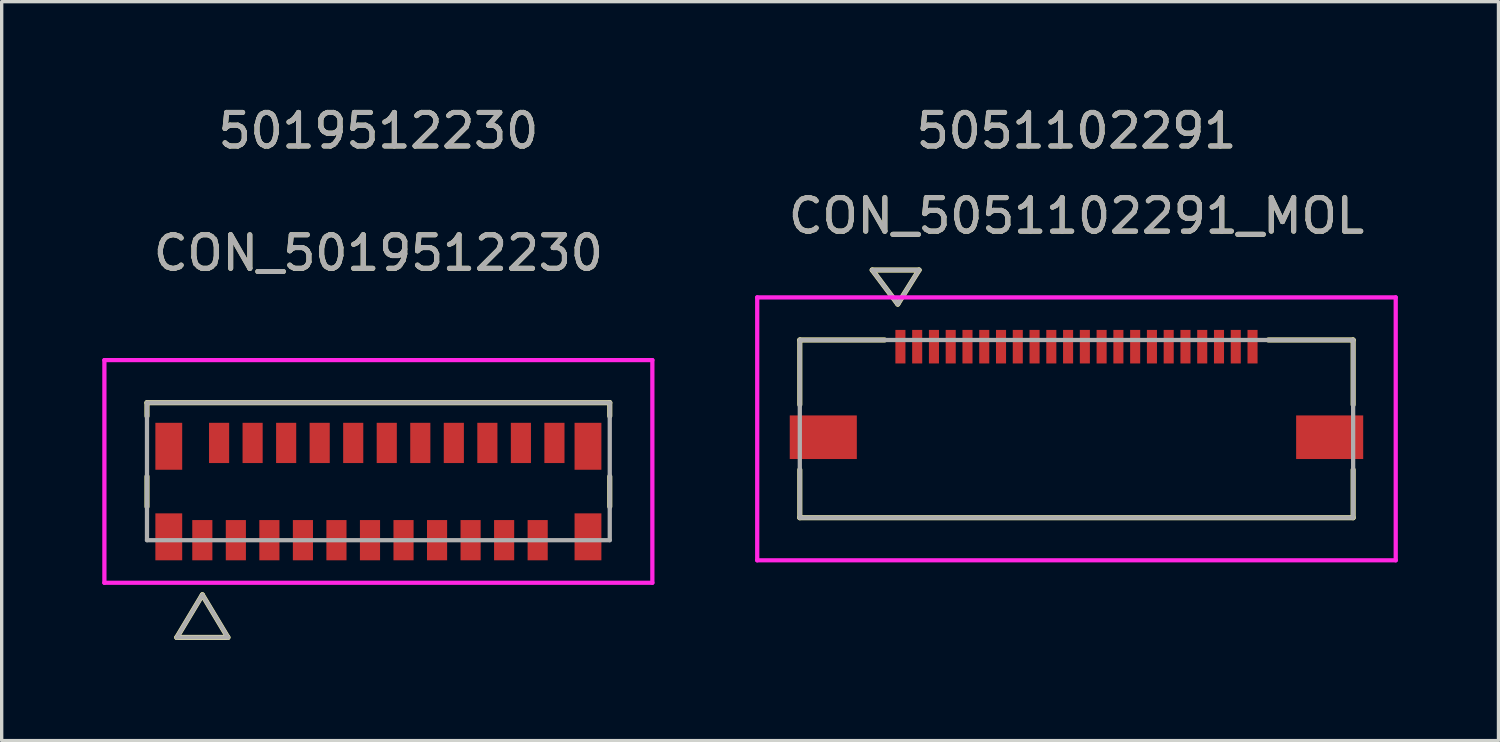
<source format=kicad_pcb>
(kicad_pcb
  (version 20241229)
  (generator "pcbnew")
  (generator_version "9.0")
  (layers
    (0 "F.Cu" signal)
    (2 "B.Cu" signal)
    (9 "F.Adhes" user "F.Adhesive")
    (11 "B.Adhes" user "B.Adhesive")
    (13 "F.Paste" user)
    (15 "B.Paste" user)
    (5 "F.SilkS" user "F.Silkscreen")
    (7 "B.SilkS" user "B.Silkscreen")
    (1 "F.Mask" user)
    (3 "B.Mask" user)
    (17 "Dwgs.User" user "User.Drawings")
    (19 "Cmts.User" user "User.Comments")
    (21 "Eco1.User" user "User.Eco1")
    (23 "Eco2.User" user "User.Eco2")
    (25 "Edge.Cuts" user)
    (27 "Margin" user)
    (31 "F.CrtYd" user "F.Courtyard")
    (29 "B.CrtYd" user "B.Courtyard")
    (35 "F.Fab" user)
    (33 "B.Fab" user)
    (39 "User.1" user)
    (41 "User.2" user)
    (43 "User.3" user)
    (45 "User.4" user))
  (footprint "CON_5019512230"
    (layer "F.Cu")
    (at 8.233 11.608)
    (property "Reference" "CON_5019512230" (at 0 -7.112 0) (unlocked yes) (layer "F.SilkS") (effects (font (size 1 1) (thickness 0.15))))
    (attr smd)
    (fp_line (start -6.9 -2.65) (end -6.9 -2.25) (stroke (width 0.152) (type solid)) (layer "F.SilkS"))
    (fp_line (start -6.9 -0.45) (end -6.9 0.45) (stroke (width 0.152) (type solid)) (layer "F.SilkS"))
    (fp_line (start -6.011 4.35) (end -5.249 3.08) (stroke (width 0.152) (type solid)) (layer "F.SilkS"))
    (fp_line (start -5.249 3.08) (end -4.487 4.35) (stroke (width 0.152) (type solid)) (layer "F.SilkS"))
    (fp_line (start -4.487 4.35) (end -6.011 4.35) (stroke (width 0.152) (type solid)) (layer "F.SilkS"))
    (fp_line (start 6.9 -2.65) (end -6.9 -2.65) (stroke (width 0.152) (type solid)) (layer "F.SilkS"))
    (fp_line (start 6.9 -2.25) (end 6.9 -2.65) (stroke (width 0.152) (type solid)) (layer "F.SilkS"))
    (fp_line (start 6.9 0.45) (end 6.9 -0.45) (stroke (width 0.152) (type solid)) (layer "F.SilkS"))
    (fp_line (start -8.17 -3.92) (end -8.17 2.72) (stroke (width 0.127) (type solid)) (layer "F.CrtYd"))
    (fp_line (start -8.17 2.72) (end 8.17 2.72) (stroke (width 0.127) (type solid)) (layer "F.CrtYd"))
    (fp_line (start 8.17 -3.92) (end -8.17 -3.92) (stroke (width 0.127) (type solid)) (layer "F.CrtYd"))
    (fp_line (start 8.17 2.72) (end 8.17 -3.92) (stroke (width 0.127) (type solid)) (layer "F.CrtYd"))
    (fp_line (start -6.9 -2.65) (end -6.9 1.45) (stroke (width 0.127) (type solid)) (layer "F.Fab"))
    (fp_line (start -6.9 1.45) (end 6.9 1.45) (stroke (width 0.127) (type solid)) (layer "F.Fab"))
    (fp_line (start -6.011 4.35) (end -5.249 3.08) (stroke (width 0.127) (type solid)) (layer "F.Fab"))
    (fp_line (start -5.249 3.08) (end -4.487 4.35) (stroke (width 0.127) (type solid)) (layer "F.Fab"))
    (fp_line (start -4.487 4.35) (end -6.011 4.35) (stroke (width 0.127) (type solid)) (layer "F.Fab"))
    (fp_line (start 6.9 -2.65) (end -6.9 -2.65) (stroke (width 0.127) (type solid)) (layer "F.Fab"))
    (fp_line (start 6.9 1.45) (end 6.9 -2.65) (stroke (width 0.127) (type solid)) (layer "F.Fab"))
    (fp_text user "5019512230" (at 0 -10.76 0) (unlocked yes) (layer "F.SilkS") (effects (font (size 1 1) (thickness 0.15))))
    (fp_text user "5019512230" (at 0 -10.76 0) (unlocked yes) (layer "F.Fab") (effects (font (size 1 1) (thickness 0.15))))
    (fp_text user "${REFERENCE}" (at 0 -7.112 0) (unlocked yes) (layer "F.Fab") (effects (font (size 1 1) (thickness 0.15))))
    (pad "1" smd rect (at -5.25 1.45) (size 0.6 1.2) (layers "F.Cu" "F.Mask" "F.Paste"))
    (pad "2" smd rect (at -4.75 -1.45) (size 0.6 1.2) (layers "F.Cu" "F.Mask" "F.Paste"))
    (pad "3" smd rect (at -4.25 1.45) (size 0.6 1.2) (layers "F.Cu" "F.Mask" "F.Paste"))
    (pad "4" smd rect (at -3.75 -1.45) (size 0.6 1.2) (layers "F.Cu" "F.Mask" "F.Paste"))
    (pad "5" smd rect (at -3.25 1.45) (size 0.6 1.2) (layers "F.Cu" "F.Mask" "F.Paste"))
    (pad "6" smd rect (at -2.75 -1.45) (size 0.6 1.2) (layers "F.Cu" "F.Mask" "F.Paste"))
    (pad "7" smd rect (at -2.25 1.45) (size 0.6 1.2) (layers "F.Cu" "F.Mask" "F.Paste"))
    (pad "8" smd rect (at -1.75 -1.45) (size 0.6 1.2) (layers "F.Cu" "F.Mask" "F.Paste"))
    (pad "9" smd rect (at -1.25 1.45) (size 0.6 1.2) (layers "F.Cu" "F.Mask" "F.Paste"))
    (pad "10" smd rect (at -0.75 -1.45) (size 0.6 1.2) (layers "F.Cu" "F.Mask" "F.Paste"))
    (pad "11" smd rect (at -0.25 1.45) (size 0.6 1.2) (layers "F.Cu" "F.Mask" "F.Paste"))
    (pad "12" smd rect (at 0.25 -1.45) (size 0.6 1.2) (layers "F.Cu" "F.Mask" "F.Paste"))
    (pad "13" smd rect (at 0.75 1.45) (size 0.6 1.2) (layers "F.Cu" "F.Mask" "F.Paste"))
    (pad "14" smd rect (at 1.25 -1.45) (size 0.6 1.2) (layers "F.Cu" "F.Mask" "F.Paste"))
    (pad "15" smd rect (at 1.75 1.45) (size 0.6 1.2) (layers "F.Cu" "F.Mask" "F.Paste"))
    (pad "16" smd rect (at 2.25 -1.45) (size 0.6 1.2) (layers "F.Cu" "F.Mask" "F.Paste"))
    (pad "17" smd rect (at 2.75 1.45) (size 0.6 1.2) (layers "F.Cu" "F.Mask" "F.Paste"))
    (pad "18" smd rect (at 3.25 -1.45) (size 0.6 1.2) (layers "F.Cu" "F.Mask" "F.Paste"))
    (pad "19" smd rect (at 3.75 1.45) (size 0.6 1.2) (layers "F.Cu" "F.Mask" "F.Paste"))
    (pad "20" smd rect (at 4.25 -1.45) (size 0.6 1.2) (layers "F.Cu" "F.Mask" "F.Paste"))
    (pad "21" smd rect (at 4.75 1.45) (size 0.6 1.2) (layers "F.Cu" "F.Mask" "F.Paste"))
    (pad "22" smd rect (at 5.25 -1.45) (size 0.6 1.2) (layers "F.Cu" "F.Mask" "F.Paste"))
    (pad "P1" smd rect (at -6.25 1.35) (size 0.8 1.4) (layers "F.Cu" "F.Mask" "F.Paste"))
    (pad "P2" smd rect (at 6.25 1.35) (size 0.8 1.4) (layers "F.Cu" "F.Mask" "F.Paste"))
    (pad "P3" smd rect (at -6.25 -1.35) (size 0.8 1.4) (layers "F.Cu" "F.Mask" "F.Paste"))
    (pad "P4" smd rect (at 6.25 -1.35) (size 0.8 1.4) (layers "F.Cu" "F.Mask" "F.Paste")))
  (footprint "CON_5051102291_MOL"
    (layer "F.Cu")
    (at 29.05 9.738)
    (property "Reference" "CON_5051102291_MOL" (at 0 -6.35 0) (unlocked yes) (layer "F.SilkS") (effects (font (size 1 1) (thickness 0.15))))
    (attr smd)
    (fp_line (start -8.25 -2.65) (end -8.25 -0.72) (stroke (width 0.152) (type solid)) (layer "F.SilkS"))
    (fp_line (start -8.25 1.22) (end -8.25 2.65) (stroke (width 0.152) (type solid)) (layer "F.SilkS"))
    (fp_line (start -8.25 2.65) (end 8.25 2.65) (stroke (width 0.152) (type solid)) (layer "F.SilkS"))
    (fp_line (start -6.091 -4.736) (end -5.329 -3.72) (stroke (width 0.152) (type solid)) (layer "F.SilkS"))
    (fp_line (start -6.091 -4.736) (end -4.694 -4.736) (stroke (width 0.152) (type solid)) (layer "F.SilkS"))
    (fp_line (start -5.72 -2.65) (end -8.25 -2.65) (stroke (width 0.152) (type solid)) (layer "F.SilkS"))
    (fp_line (start -4.694 -4.736) (end -5.329 -3.72) (stroke (width 0.152) (type solid)) (layer "F.SilkS"))
    (fp_line (start 8.25 -2.65) (end 5.72 -2.65) (stroke (width 0.152) (type solid)) (layer "F.SilkS"))
    (fp_line (start 8.25 -0.72) (end 8.25 -2.65) (stroke (width 0.152) (type solid)) (layer "F.SilkS"))
    (fp_line (start 8.25 2.65) (end 8.25 1.22) (stroke (width 0.152) (type solid)) (layer "F.SilkS"))
    (fp_line (start -9.52 -3.92) (end -9.52 3.92) (stroke (width 0.127) (type solid)) (layer "F.CrtYd"))
    (fp_line (start -9.52 3.92) (end 9.52 3.92) (stroke (width 0.127) (type solid)) (layer "F.CrtYd"))
    (fp_line (start 9.52 -3.92) (end -9.52 -3.92) (stroke (width 0.127) (type solid)) (layer "F.CrtYd"))
    (fp_line (start 9.52 3.92) (end 9.52 -3.92) (stroke (width 0.127) (type solid)) (layer "F.CrtYd"))
    (fp_line (start -8.25 -2.65) (end -8.25 2.65) (stroke (width 0.127) (type solid)) (layer "F.Fab"))
    (fp_line (start -8.25 2.65) (end 8.25 2.65) (stroke (width 0.127) (type solid)) (layer "F.Fab"))
    (fp_line (start -6.091 -4.736) (end -5.329 -3.72) (stroke (width 0.127) (type solid)) (layer "F.Fab"))
    (fp_line (start -6.091 -4.736) (end -4.694 -4.736) (stroke (width 0.127) (type solid)) (layer "F.Fab"))
    (fp_line (start -4.694 -4.736) (end -5.329 -3.72) (stroke (width 0.127) (type solid)) (layer "F.Fab"))
    (fp_line (start 8.25 -2.65) (end -8.25 -2.65) (stroke (width 0.127) (type solid)) (layer "F.Fab"))
    (fp_line (start 8.25 2.65) (end 8.25 -2.65) (stroke (width 0.127) (type solid)) (layer "F.Fab"))
    (fp_text user "5051102291" (at 0 -8.89 0) (unlocked yes) (layer "F.SilkS") (effects (font (size 1 1) (thickness 0.15))))
    (fp_text user "${REFERENCE}" (at 0 -6.35 0) (unlocked yes) (layer "F.Fab") (effects (font (size 1 1) (thickness 0.15))))
    (fp_text user "5051102291" (at 0 -8.89 0) (unlocked yes) (layer "F.Fab") (effects (font (size 1 1) (thickness 0.15))))
    (pad "1" smd rect (at -5.25 -2.45) (size 0.3 1) (layers "F.Cu" "F.Mask" "F.Paste"))
    (pad "2" smd rect (at -4.75 -2.45) (size 0.3 1) (layers "F.Cu" "F.Mask" "F.Paste"))
    (pad "3" smd rect (at -4.25 -2.45) (size 0.3 1) (layers "F.Cu" "F.Mask" "F.Paste"))
    (pad "4" smd rect (at -3.75 -2.45) (size 0.3 1) (layers "F.Cu" "F.Mask" "F.Paste"))
    (pad "5" smd rect (at -3.25 -2.45) (size 0.3 1) (layers "F.Cu" "F.Mask" "F.Paste"))
    (pad "6" smd rect (at -2.75 -2.45) (size 0.3 1) (layers "F.Cu" "F.Mask" "F.Paste"))
    (pad "7" smd rect (at -2.25 -2.45) (size 0.3 1) (layers "F.Cu" "F.Mask" "F.Paste"))
    (pad "8" smd rect (at -1.75 -2.45) (size 0.3 1) (layers "F.Cu" "F.Mask" "F.Paste"))
    (pad "9" smd rect (at -1.25 -2.45) (size 0.3 1) (layers "F.Cu" "F.Mask" "F.Paste"))
    (pad "10" smd rect (at -0.75 -2.45) (size 0.3 1) (layers "F.Cu" "F.Mask" "F.Paste"))
    (pad "11" smd rect (at -0.25 -2.45) (size 0.3 1) (layers "F.Cu" "F.Mask" "F.Paste"))
    (pad "12" smd rect (at 0.25 -2.45) (size 0.3 1) (layers "F.Cu" "F.Mask" "F.Paste"))
    (pad "13" smd rect (at 0.75 -2.45) (size 0.3 1) (layers "F.Cu" "F.Mask" "F.Paste"))
    (pad "14" smd rect (at 1.25 -2.45) (size 0.3 1) (layers "F.Cu" "F.Mask" "F.Paste"))
    (pad "15" smd rect (at 1.75 -2.45) (size 0.3 1) (layers "F.Cu" "F.Mask" "F.Paste"))
    (pad "16" smd rect (at 2.25 -2.45) (size 0.3 1) (layers "F.Cu" "F.Mask" "F.Paste"))
    (pad "17" smd rect (at 2.75 -2.45) (size 0.3 1) (layers "F.Cu" "F.Mask" "F.Paste"))
    (pad "18" smd rect (at 3.25 -2.45) (size 0.3 1) (layers "F.Cu" "F.Mask" "F.Paste"))
    (pad "19" smd rect (at 3.75 -2.45) (size 0.3 1) (layers "F.Cu" "F.Mask" "F.Paste"))
    (pad "20" smd rect (at 4.25 -2.45) (size 0.3 1) (layers "F.Cu" "F.Mask" "F.Paste"))
    (pad "21" smd rect (at 4.75 -2.45) (size 0.3 1) (layers "F.Cu" "F.Mask" "F.Paste"))
    (pad "22" smd rect (at 5.25 -2.45) (size 0.3 1) (layers "F.Cu" "F.Mask" "F.Paste"))
    (pad "P1" smd rect (at -7.55 0.25) (size 2 1.3) (layers "F.Cu" "F.Mask" "F.Paste"))
    (pad "P2" smd rect (at 7.55 0.25) (size 2 1.3) (layers "F.Cu" "F.Mask" "F.Paste")))
  (gr_rect
    (start -3 -3)
    (end 41.634 19.034)
    (stroke (width 0.1) (type default))
    (fill no)
    (layer "Edge.Cuts")))
</source>
